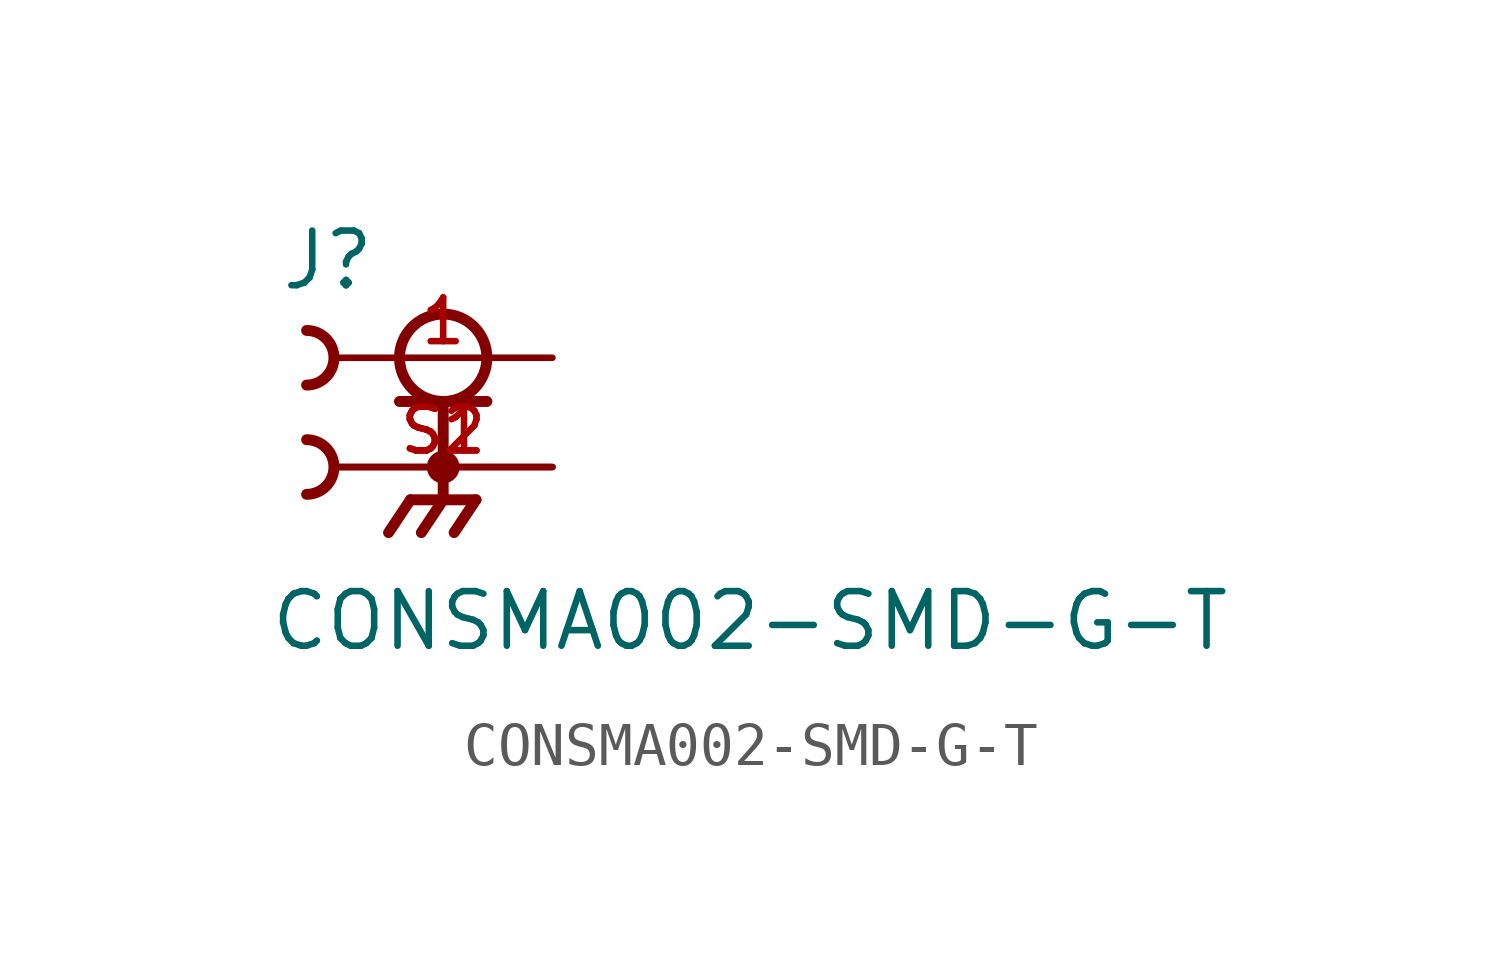
<source format=kicad_sym>
(kicad_symbol_lib
  (version 20211014)
  (generator kicad_symbol_editor)
  (symbol "CONSMA002-SMD-G-T"
    (pin_names
      (offset 1.016))
    (property "Reference" "J"
      (at -3.81 1.524 0)
      (effects (font (size 1.27 1.27)) (justify bottom left)))
    (property "Value" "CONSMA002-SMD-G-T"
      (at -4.064 -6.858 0)
      (effects (font (size 1.27 1.27)) (justify bottom left)))
    (symbol "CONSMA002-SMD-G-T_0_0"
      (circle (center 0.0 0.0) (radius 1.016) (stroke (width 0.254)) (fill (type none)))
      (polyline (pts (xy -1.016 -1.016) (xy 1.016 -1.016)) (stroke (width 0.254)))
      (polyline (pts (xy 0.0 -1.016) (xy 0.0 -3.302)) (stroke (width 0.254)))
      (circle (center 0.0 -2.54) (radius 0.254) (stroke (width 0.254)) (fill (type none)))
      (polyline (pts (xy 0.762 -3.302) (xy -0.762 -3.302)) (stroke (width 0.254)))
      (polyline (pts (xy -0.762 -3.302) (xy -1.27 -4.064)) (stroke (width 0.254)))
      (polyline (pts (xy 0.0 -3.302) (xy -0.508 -4.064)) (stroke (width 0.254)))
      (polyline (pts (xy 0.762 -3.302) (xy 0.254 -4.064)) (stroke (width 0.254)))
      (arc (start -3.175 0.635) (mid -2.54 -0.0) (end -3.175 -0.635) (stroke (width 0.254) (type default) (color 0 0 0 0)) (fill (type none)))
      (arc (start -3.175 -1.905) (mid -2.54 -2.54) (end -3.175 -3.175) (stroke (width 0.254) (type default) (color 0 0 0 0)) (fill (type none)))
      (pin passive line (at 2.54 0.0 180.0) (length 5.08) (name "~" (effects (font (size 1.016 1.016)))) (number "1" (effects (font (size 1.016 1.016)))))
      (pin passive line (at 2.54 -2.54 180.0) (length 5.08) (name "~" (effects (font (size 1.016 1.016)))) (number "S1" (effects (font (size 1.016 1.016)))))
      (pin passive line (at 2.54 -2.54 180.0) (length 5.08) (name "~" (effects (font (size 1.016 1.016)))) (number "S2" (effects (font (size 1.016 1.016))))))))
</source>
